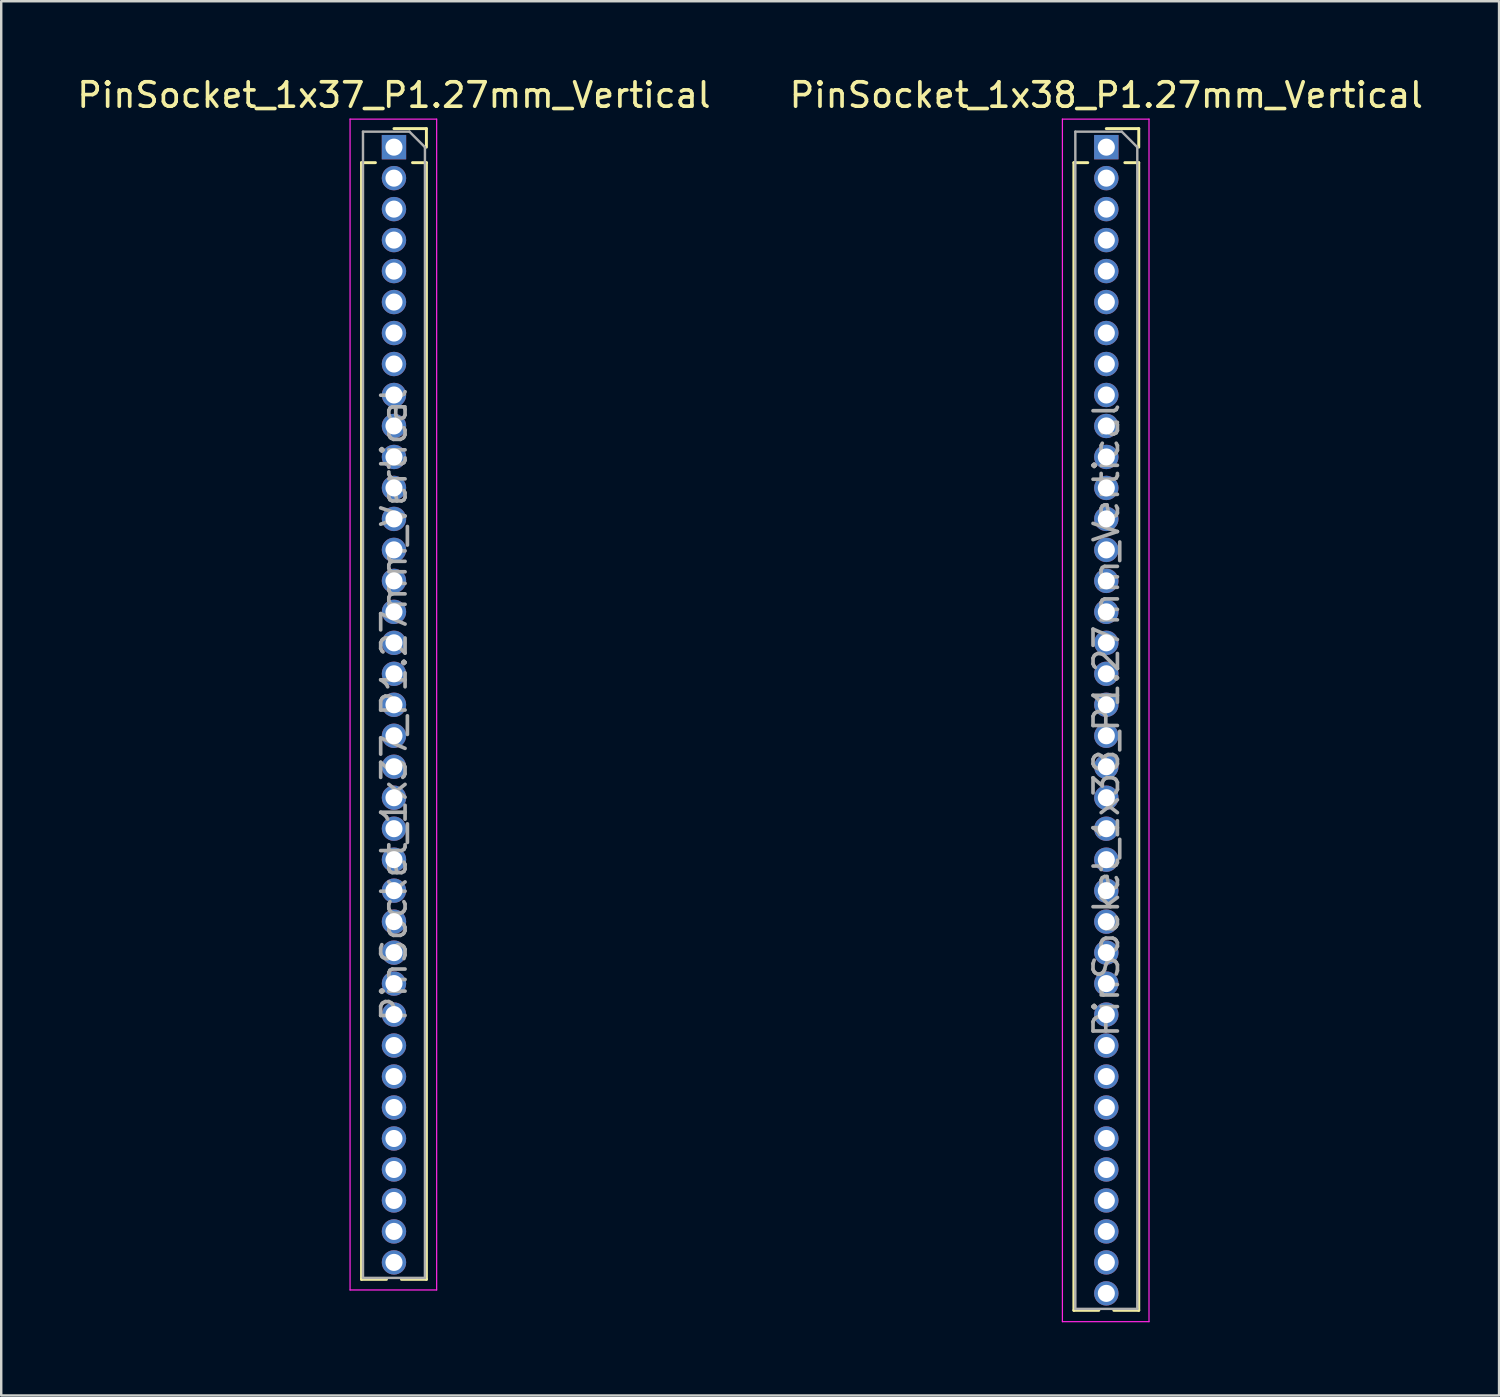
<source format=kicad_pcb>
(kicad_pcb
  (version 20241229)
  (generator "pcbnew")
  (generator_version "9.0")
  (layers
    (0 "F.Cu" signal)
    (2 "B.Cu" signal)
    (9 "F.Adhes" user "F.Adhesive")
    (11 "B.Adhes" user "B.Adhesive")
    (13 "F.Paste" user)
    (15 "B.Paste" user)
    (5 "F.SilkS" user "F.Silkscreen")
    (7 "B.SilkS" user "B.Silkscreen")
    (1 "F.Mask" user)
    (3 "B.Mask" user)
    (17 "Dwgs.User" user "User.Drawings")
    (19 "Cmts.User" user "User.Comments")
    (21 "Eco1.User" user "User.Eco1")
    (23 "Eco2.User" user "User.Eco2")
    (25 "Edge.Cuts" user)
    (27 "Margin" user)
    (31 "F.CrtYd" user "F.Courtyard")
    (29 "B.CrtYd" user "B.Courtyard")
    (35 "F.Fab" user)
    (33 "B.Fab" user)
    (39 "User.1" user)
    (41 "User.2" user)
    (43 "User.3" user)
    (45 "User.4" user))
  (footprint "PinSocket_1x38_P1.27mm_Vertical"
    (layer "F.Cu")
    (at 42.304 2.983)
    (property "Reference" "PinSocket_1x38_P1.27mm_Vertical" (at 0 -2.135 0) (layer "F.SilkS") (effects (font (size 1 1) (thickness 0.15))))
    (attr through_hole)
    (fp_line (start -1.33 0.635) (end -1.33 47.685) (stroke (width 0.12) (type solid)) (layer "F.SilkS"))
    (fp_line (start -1.33 0.635) (end -0.76 0.635) (stroke (width 0.12) (type solid)) (layer "F.SilkS"))
    (fp_line (start -1.33 47.685) (end -0.308 47.685) (stroke (width 0.12) (type solid)) (layer "F.SilkS"))
    (fp_line (start 0 -0.76) (end 1.33 -0.76) (stroke (width 0.12) (type solid)) (layer "F.SilkS"))
    (fp_line (start 0.308 47.685) (end 1.33 47.685) (stroke (width 0.12) (type solid)) (layer "F.SilkS"))
    (fp_line (start 0.76 0.635) (end 1.33 0.635) (stroke (width 0.12) (type solid)) (layer "F.SilkS"))
    (fp_line (start 1.33 -0.76) (end 1.33 0) (stroke (width 0.12) (type solid)) (layer "F.SilkS"))
    (fp_line (start 1.33 0.635) (end 1.33 47.685) (stroke (width 0.12) (type solid)) (layer "F.SilkS"))
    (fp_line (start -1.8 -1.15) (end 1.75 -1.15) (stroke (width 0.05) (type solid)) (layer "F.CrtYd"))
    (fp_line (start -1.8 48.15) (end -1.8 -1.15) (stroke (width 0.05) (type solid)) (layer "F.CrtYd"))
    (fp_line (start 1.75 -1.15) (end 1.75 48.15) (stroke (width 0.05) (type solid)) (layer "F.CrtYd"))
    (fp_line (start 1.75 48.15) (end -1.8 48.15) (stroke (width 0.05) (type solid)) (layer "F.CrtYd"))
    (fp_line (start -1.27 -0.635) (end 0.635 -0.635) (stroke (width 0.1) (type solid)) (layer "F.Fab"))
    (fp_line (start -1.27 47.625) (end -1.27 -0.635) (stroke (width 0.1) (type solid)) (layer "F.Fab"))
    (fp_line (start 0.635 -0.635) (end 1.27 0) (stroke (width 0.1) (type solid)) (layer "F.Fab"))
    (fp_line (start 1.27 0) (end 1.27 47.625) (stroke (width 0.1) (type solid)) (layer "F.Fab"))
    (fp_line (start 1.27 47.625) (end -1.27 47.625) (stroke (width 0.1) (type solid)) (layer "F.Fab"))
    (fp_text user "${REFERENCE}" (at 0 23.495 90) (layer "F.Fab") (effects (font (size 1 1) (thickness 0.15))))
    (pad "1" thru_hole rect (at 0 0) (size 1 1) (drill 0.7) (layers "*.Cu" "*.Mask"))
    (pad "2" thru_hole oval (at 0 1.27) (size 1 1) (drill 0.7) (layers "*.Cu" "*.Mask"))
    (pad "3" thru_hole oval (at 0 2.54) (size 1 1) (drill 0.7) (layers "*.Cu" "*.Mask"))
    (pad "4" thru_hole oval (at 0 3.81) (size 1 1) (drill 0.7) (layers "*.Cu" "*.Mask"))
    (pad "5" thru_hole oval (at 0 5.08) (size 1 1) (drill 0.7) (layers "*.Cu" "*.Mask"))
    (pad "6" thru_hole oval (at 0 6.35) (size 1 1) (drill 0.7) (layers "*.Cu" "*.Mask"))
    (pad "7" thru_hole oval (at 0 7.62) (size 1 1) (drill 0.7) (layers "*.Cu" "*.Mask"))
    (pad "8" thru_hole oval (at 0 8.89) (size 1 1) (drill 0.7) (layers "*.Cu" "*.Mask"))
    (pad "9" thru_hole oval (at 0 10.16) (size 1 1) (drill 0.7) (layers "*.Cu" "*.Mask"))
    (pad "10" thru_hole oval (at 0 11.43) (size 1 1) (drill 0.7) (layers "*.Cu" "*.Mask"))
    (pad "11" thru_hole oval (at 0 12.7) (size 1 1) (drill 0.7) (layers "*.Cu" "*.Mask"))
    (pad "12" thru_hole oval (at 0 13.97) (size 1 1) (drill 0.7) (layers "*.Cu" "*.Mask"))
    (pad "13" thru_hole oval (at 0 15.24) (size 1 1) (drill 0.7) (layers "*.Cu" "*.Mask"))
    (pad "14" thru_hole oval (at 0 16.51) (size 1 1) (drill 0.7) (layers "*.Cu" "*.Mask"))
    (pad "15" thru_hole oval (at 0 17.78) (size 1 1) (drill 0.7) (layers "*.Cu" "*.Mask"))
    (pad "16" thru_hole oval (at 0 19.05) (size 1 1) (drill 0.7) (layers "*.Cu" "*.Mask"))
    (pad "17" thru_hole oval (at 0 20.32) (size 1 1) (drill 0.7) (layers "*.Cu" "*.Mask"))
    (pad "18" thru_hole oval (at 0 21.59) (size 1 1) (drill 0.7) (layers "*.Cu" "*.Mask"))
    (pad "19" thru_hole oval (at 0 22.86) (size 1 1) (drill 0.7) (layers "*.Cu" "*.Mask"))
    (pad "20" thru_hole oval (at 0 24.13) (size 1 1) (drill 0.7) (layers "*.Cu" "*.Mask"))
    (pad "21" thru_hole oval (at 0 25.4) (size 1 1) (drill 0.7) (layers "*.Cu" "*.Mask"))
    (pad "22" thru_hole oval (at 0 26.67) (size 1 1) (drill 0.7) (layers "*.Cu" "*.Mask"))
    (pad "23" thru_hole oval (at 0 27.94) (size 1 1) (drill 0.7) (layers "*.Cu" "*.Mask"))
    (pad "24" thru_hole oval (at 0 29.21) (size 1 1) (drill 0.7) (layers "*.Cu" "*.Mask"))
    (pad "25" thru_hole oval (at 0 30.48) (size 1 1) (drill 0.7) (layers "*.Cu" "*.Mask"))
    (pad "26" thru_hole oval (at 0 31.75) (size 1 1) (drill 0.7) (layers "*.Cu" "*.Mask"))
    (pad "27" thru_hole oval (at 0 33.02) (size 1 1) (drill 0.7) (layers "*.Cu" "*.Mask"))
    (pad "28" thru_hole oval (at 0 34.29) (size 1 1) (drill 0.7) (layers "*.Cu" "*.Mask"))
    (pad "29" thru_hole oval (at 0 35.56) (size 1 1) (drill 0.7) (layers "*.Cu" "*.Mask"))
    (pad "30" thru_hole oval (at 0 36.83) (size 1 1) (drill 0.7) (layers "*.Cu" "*.Mask"))
    (pad "31" thru_hole oval (at 0 38.1) (size 1 1) (drill 0.7) (layers "*.Cu" "*.Mask"))
    (pad "32" thru_hole oval (at 0 39.37) (size 1 1) (drill 0.7) (layers "*.Cu" "*.Mask"))
    (pad "33" thru_hole oval (at 0 40.64) (size 1 1) (drill 0.7) (layers "*.Cu" "*.Mask"))
    (pad "34" thru_hole oval (at 0 41.91) (size 1 1) (drill 0.7) (layers "*.Cu" "*.Mask"))
    (pad "35" thru_hole oval (at 0 43.18) (size 1 1) (drill 0.7) (layers "*.Cu" "*.Mask"))
    (pad "36" thru_hole oval (at 0 44.45) (size 1 1) (drill 0.7) (layers "*.Cu" "*.Mask"))
    (pad "37" thru_hole oval (at 0 45.72) (size 1 1) (drill 0.7) (layers "*.Cu" "*.Mask"))
    (pad "38" thru_hole oval (at 0 46.99) (size 1 1) (drill 0.7) (layers "*.Cu" "*.Mask")))
  (footprint "PinSocket_1x37_P1.27mm_Vertical"
    (layer "F.Cu")
    (at 13.101 2.983)
    (property "Reference" "PinSocket_1x37_P1.27mm_Vertical" (at 0 -2.135 0) (layer "F.SilkS") (effects (font (size 1 1) (thickness 0.15))))
    (attr through_hole)
    (fp_line (start -1.33 0.635) (end -1.33 46.415) (stroke (width 0.12) (type solid)) (layer "F.SilkS"))
    (fp_line (start -1.33 0.635) (end -0.76 0.635) (stroke (width 0.12) (type solid)) (layer "F.SilkS"))
    (fp_line (start -1.33 46.415) (end -0.308 46.415) (stroke (width 0.12) (type solid)) (layer "F.SilkS"))
    (fp_line (start 0 -0.76) (end 1.33 -0.76) (stroke (width 0.12) (type solid)) (layer "F.SilkS"))
    (fp_line (start 0.308 46.415) (end 1.33 46.415) (stroke (width 0.12) (type solid)) (layer "F.SilkS"))
    (fp_line (start 0.76 0.635) (end 1.33 0.635) (stroke (width 0.12) (type solid)) (layer "F.SilkS"))
    (fp_line (start 1.33 -0.76) (end 1.33 0) (stroke (width 0.12) (type solid)) (layer "F.SilkS"))
    (fp_line (start 1.33 0.635) (end 1.33 46.415) (stroke (width 0.12) (type solid)) (layer "F.SilkS"))
    (fp_line (start -1.8 -1.15) (end 1.75 -1.15) (stroke (width 0.05) (type solid)) (layer "F.CrtYd"))
    (fp_line (start -1.8 46.85) (end -1.8 -1.15) (stroke (width 0.05) (type solid)) (layer "F.CrtYd"))
    (fp_line (start 1.75 -1.15) (end 1.75 46.85) (stroke (width 0.05) (type solid)) (layer "F.CrtYd"))
    (fp_line (start 1.75 46.85) (end -1.8 46.85) (stroke (width 0.05) (type solid)) (layer "F.CrtYd"))
    (fp_line (start -1.27 -0.635) (end 0.635 -0.635) (stroke (width 0.1) (type solid)) (layer "F.Fab"))
    (fp_line (start -1.27 46.355) (end -1.27 -0.635) (stroke (width 0.1) (type solid)) (layer "F.Fab"))
    (fp_line (start 0.635 -0.635) (end 1.27 0) (stroke (width 0.1) (type solid)) (layer "F.Fab"))
    (fp_line (start 1.27 0) (end 1.27 46.355) (stroke (width 0.1) (type solid)) (layer "F.Fab"))
    (fp_line (start 1.27 46.355) (end -1.27 46.355) (stroke (width 0.1) (type solid)) (layer "F.Fab"))
    (fp_text user "${REFERENCE}" (at 0 22.86 90) (layer "F.Fab") (effects (font (size 1 1) (thickness 0.15))))
    (pad "1" thru_hole rect (at 0 0) (size 1 1) (drill 0.7) (layers "*.Cu" "*.Mask"))
    (pad "2" thru_hole oval (at 0 1.27) (size 1 1) (drill 0.7) (layers "*.Cu" "*.Mask"))
    (pad "3" thru_hole oval (at 0 2.54) (size 1 1) (drill 0.7) (layers "*.Cu" "*.Mask"))
    (pad "4" thru_hole oval (at 0 3.81) (size 1 1) (drill 0.7) (layers "*.Cu" "*.Mask"))
    (pad "5" thru_hole oval (at 0 5.08) (size 1 1) (drill 0.7) (layers "*.Cu" "*.Mask"))
    (pad "6" thru_hole oval (at 0 6.35) (size 1 1) (drill 0.7) (layers "*.Cu" "*.Mask"))
    (pad "7" thru_hole oval (at 0 7.62) (size 1 1) (drill 0.7) (layers "*.Cu" "*.Mask"))
    (pad "8" thru_hole oval (at 0 8.89) (size 1 1) (drill 0.7) (layers "*.Cu" "*.Mask"))
    (pad "9" thru_hole oval (at 0 10.16) (size 1 1) (drill 0.7) (layers "*.Cu" "*.Mask"))
    (pad "10" thru_hole oval (at 0 11.43) (size 1 1) (drill 0.7) (layers "*.Cu" "*.Mask"))
    (pad "11" thru_hole oval (at 0 12.7) (size 1 1) (drill 0.7) (layers "*.Cu" "*.Mask"))
    (pad "12" thru_hole oval (at 0 13.97) (size 1 1) (drill 0.7) (layers "*.Cu" "*.Mask"))
    (pad "13" thru_hole oval (at 0 15.24) (size 1 1) (drill 0.7) (layers "*.Cu" "*.Mask"))
    (pad "14" thru_hole oval (at 0 16.51) (size 1 1) (drill 0.7) (layers "*.Cu" "*.Mask"))
    (pad "15" thru_hole oval (at 0 17.78) (size 1 1) (drill 0.7) (layers "*.Cu" "*.Mask"))
    (pad "16" thru_hole oval (at 0 19.05) (size 1 1) (drill 0.7) (layers "*.Cu" "*.Mask"))
    (pad "17" thru_hole oval (at 0 20.32) (size 1 1) (drill 0.7) (layers "*.Cu" "*.Mask"))
    (pad "18" thru_hole oval (at 0 21.59) (size 1 1) (drill 0.7) (layers "*.Cu" "*.Mask"))
    (pad "19" thru_hole oval (at 0 22.86) (size 1 1) (drill 0.7) (layers "*.Cu" "*.Mask"))
    (pad "20" thru_hole oval (at 0 24.13) (size 1 1) (drill 0.7) (layers "*.Cu" "*.Mask"))
    (pad "21" thru_hole oval (at 0 25.4) (size 1 1) (drill 0.7) (layers "*.Cu" "*.Mask"))
    (pad "22" thru_hole oval (at 0 26.67) (size 1 1) (drill 0.7) (layers "*.Cu" "*.Mask"))
    (pad "23" thru_hole oval (at 0 27.94) (size 1 1) (drill 0.7) (layers "*.Cu" "*.Mask"))
    (pad "24" thru_hole oval (at 0 29.21) (size 1 1) (drill 0.7) (layers "*.Cu" "*.Mask"))
    (pad "25" thru_hole oval (at 0 30.48) (size 1 1) (drill 0.7) (layers "*.Cu" "*.Mask"))
    (pad "26" thru_hole oval (at 0 31.75) (size 1 1) (drill 0.7) (layers "*.Cu" "*.Mask"))
    (pad "27" thru_hole oval (at 0 33.02) (size 1 1) (drill 0.7) (layers "*.Cu" "*.Mask"))
    (pad "28" thru_hole oval (at 0 34.29) (size 1 1) (drill 0.7) (layers "*.Cu" "*.Mask"))
    (pad "29" thru_hole oval (at 0 35.56) (size 1 1) (drill 0.7) (layers "*.Cu" "*.Mask"))
    (pad "30" thru_hole oval (at 0 36.83) (size 1 1) (drill 0.7) (layers "*.Cu" "*.Mask"))
    (pad "31" thru_hole oval (at 0 38.1) (size 1 1) (drill 0.7) (layers "*.Cu" "*.Mask"))
    (pad "32" thru_hole oval (at 0 39.37) (size 1 1) (drill 0.7) (layers "*.Cu" "*.Mask"))
    (pad "33" thru_hole oval (at 0 40.64) (size 1 1) (drill 0.7) (layers "*.Cu" "*.Mask"))
    (pad "34" thru_hole oval (at 0 41.91) (size 1 1) (drill 0.7) (layers "*.Cu" "*.Mask"))
    (pad "35" thru_hole oval (at 0 43.18) (size 1 1) (drill 0.7) (layers "*.Cu" "*.Mask"))
    (pad "36" thru_hole oval (at 0 44.45) (size 1 1) (drill 0.7) (layers "*.Cu" "*.Mask"))
    (pad "37" thru_hole oval (at 0 45.72) (size 1 1) (drill 0.7) (layers "*.Cu" "*.Mask")))
  (gr_rect
    (start -3 -3)
    (end 58.405 54.158)
    (stroke (width 0.1) (type default))
    (fill no)
    (layer "Edge.Cuts")))
</source>
